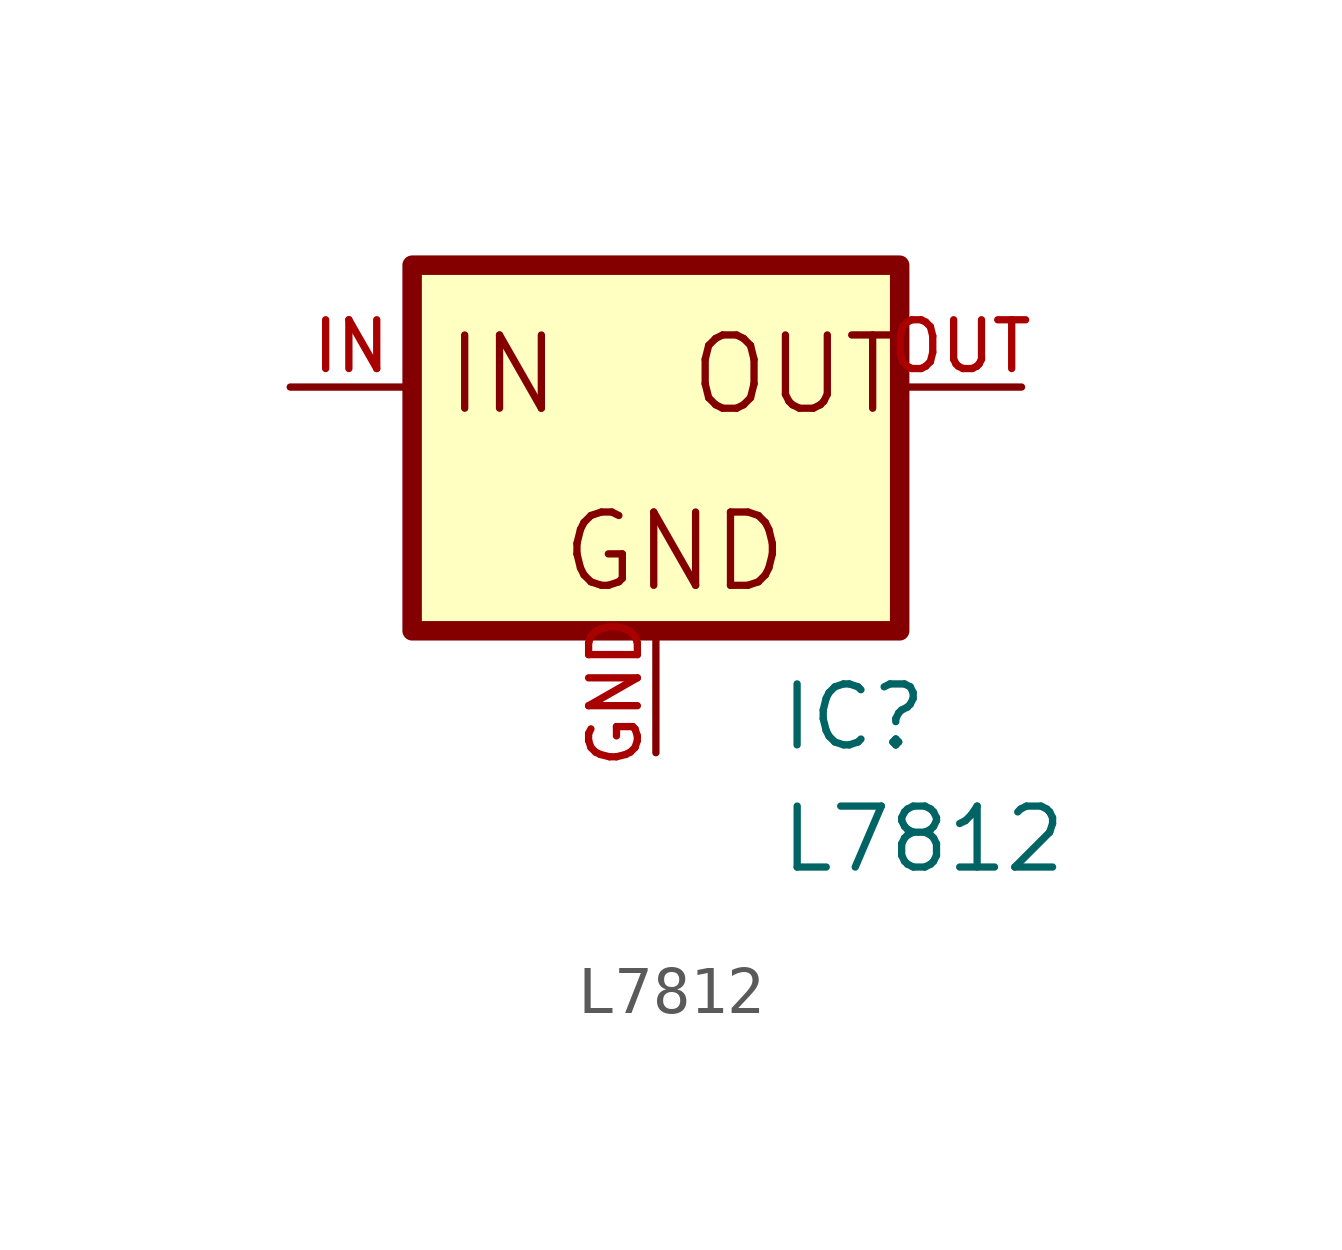
<source format=kicad_sym>
(kicad_symbol_lib
  (version 20211014)
  (generator kicad_symbol_editor)
  (symbol "L7812"
    (pin_names
      (offset 1.016))
    (property "Reference" "IC"
      (at 2.54 -7.62 0)
      (effects (font (size 1.27 1.27)) (justify bottom left)))
    (property "Value" "L7812"
      (at 2.542 -10.166 0)
      (effects (font (size 1.27 1.27)) (justify bottom left)))
    (symbol "L7812_0_0"
      (text "GND" (at -2.036 -4.326 0) (effects (font (size 1.527 1.527)) (justify bottom left)))
      (text "IN" (at -4.448 -0.635 0) (effects (font (size 1.525 1.525)) (justify bottom left)))
      (text "OUT" (at 0.636 -0.636 0) (effects (font (size 1.527 1.527)) (justify bottom left)))
      (rectangle (start -5.08 -5.08) (end 5.08 2.54) (stroke (width 0.406)) (fill (type background)))
      (pin input line (at -7.62 0.0 0) (length 2.54) (name "~" (effects (font (size 1.016 1.016)))) (number "IN" (effects (font (size 1.016 1.016)))))
      (pin input line (at 0.0 -7.62 90.0) (length 2.54) (name "~" (effects (font (size 1.016 1.016)))) (number "GND" (effects (font (size 1.016 1.016)))))
      (pin passive line (at 7.62 0.0 180.0) (length 2.54) (name "~" (effects (font (size 1.016 1.016)))) (number "OUT" (effects (font (size 1.016 1.016))))))))
</source>
